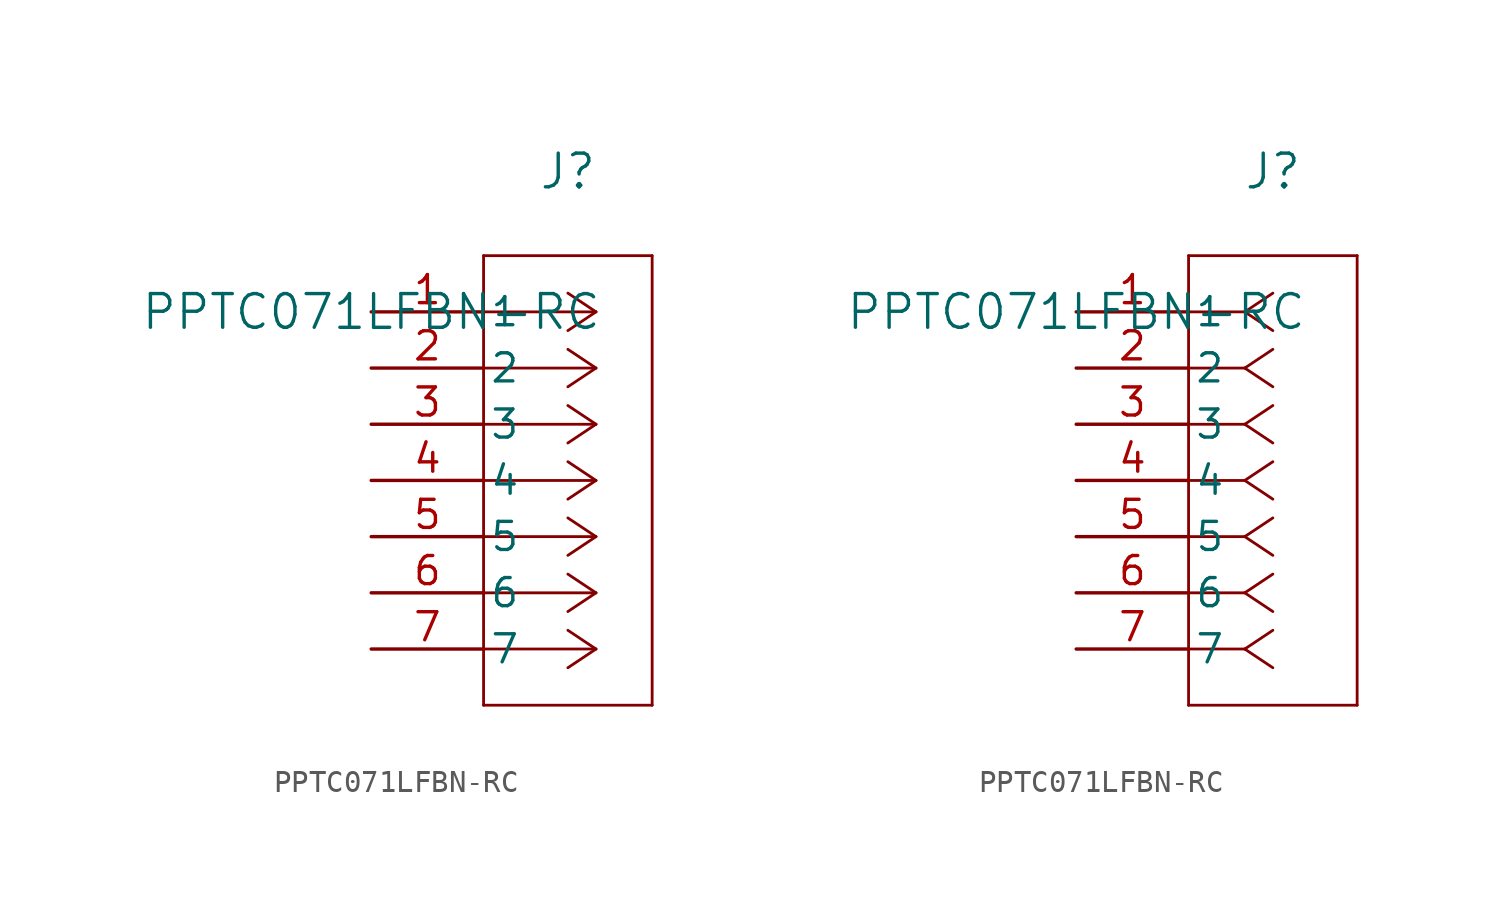
<source format=kicad_sym>
(kicad_symbol_lib
  (version 20211014)
  (generator kicad_symbol_editor)
  (symbol "PPTC071LFBN-RC"
    (pin_names
      (offset 0.254))
    (property "Reference" "J"
      (at 8.89 6.35 0)
      (effects (font (size 1.524 1.524))))
    (property "Value" "PPTC071LFBN-RC"
      (at 0 0 0)
      (effects (font (size 1.524 1.524))))
    (symbol "PPTC071LFBN-RC_1_1"
      (polyline (pts (xy 10.16 0) (xy 5.08 0)) (stroke (width 0.127) (type default) (color 0 0 0 0)) (fill (type none)))
      (polyline (pts (xy 10.16 -2.54) (xy 5.08 -2.54)) (stroke (width 0.127) (type default) (color 0 0 0 0)) (fill (type none)))
      (polyline (pts (xy 10.16 -5.08) (xy 5.08 -5.08)) (stroke (width 0.127) (type default) (color 0 0 0 0)) (fill (type none)))
      (polyline (pts (xy 10.16 -7.62) (xy 5.08 -7.62)) (stroke (width 0.127) (type default) (color 0 0 0 0)) (fill (type none)))
      (polyline (pts (xy 10.16 -10.16) (xy 5.08 -10.16)) (stroke (width 0.127) (type default) (color 0 0 0 0)) (fill (type none)))
      (polyline (pts (xy 10.16 -12.7) (xy 5.08 -12.7)) (stroke (width 0.127) (type default) (color 0 0 0 0)) (fill (type none)))
      (polyline (pts (xy 10.16 -15.24) (xy 5.08 -15.24)) (stroke (width 0.127) (type default) (color 0 0 0 0)) (fill (type none)))
      (polyline (pts (xy 10.16 0) (xy 8.89 0.847)) (stroke (width 0.127) (type default) (color 0 0 0 0)) (fill (type none)))
      (polyline (pts (xy 10.16 -2.54) (xy 8.89 -1.693)) (stroke (width 0.127) (type default) (color 0 0 0 0)) (fill (type none)))
      (polyline (pts (xy 10.16 -5.08) (xy 8.89 -4.233)) (stroke (width 0.127) (type default) (color 0 0 0 0)) (fill (type none)))
      (polyline (pts (xy 10.16 -7.62) (xy 8.89 -6.773)) (stroke (width 0.127) (type default) (color 0 0 0 0)) (fill (type none)))
      (polyline (pts (xy 10.16 -10.16) (xy 8.89 -9.313)) (stroke (width 0.127) (type default) (color 0 0 0 0)) (fill (type none)))
      (polyline (pts (xy 10.16 -12.7) (xy 8.89 -11.853)) (stroke (width 0.127) (type default) (color 0 0 0 0)) (fill (type none)))
      (polyline (pts (xy 10.16 -15.24) (xy 8.89 -14.393)) (stroke (width 0.127) (type default) (color 0 0 0 0)) (fill (type none)))
      (polyline (pts (xy 10.16 0) (xy 8.89 -0.847)) (stroke (width 0.127) (type default) (color 0 0 0 0)) (fill (type none)))
      (polyline (pts (xy 10.16 -2.54) (xy 8.89 -3.387)) (stroke (width 0.127) (type default) (color 0 0 0 0)) (fill (type none)))
      (polyline (pts (xy 10.16 -5.08) (xy 8.89 -5.927)) (stroke (width 0.127) (type default) (color 0 0 0 0)) (fill (type none)))
      (polyline (pts (xy 10.16 -7.62) (xy 8.89 -8.467)) (stroke (width 0.127) (type default) (color 0 0 0 0)) (fill (type none)))
      (polyline (pts (xy 10.16 -10.16) (xy 8.89 -11.007)) (stroke (width 0.127) (type default) (color 0 0 0 0)) (fill (type none)))
      (polyline (pts (xy 10.16 -12.7) (xy 8.89 -13.547)) (stroke (width 0.127) (type default) (color 0 0 0 0)) (fill (type none)))
      (polyline (pts (xy 10.16 -15.24) (xy 8.89 -16.087)) (stroke (width 0.127) (type default) (color 0 0 0 0)) (fill (type none)))
      (polyline (pts (xy 5.08 2.54) (xy 5.08 -17.78)) (stroke (width 0.127) (type default) (color 0 0 0 0)) (fill (type none)))
      (polyline (pts (xy 5.08 -17.78) (xy 12.7 -17.78)) (stroke (width 0.127) (type default) (color 0 0 0 0)) (fill (type none)))
      (polyline (pts (xy 12.7 -17.78) (xy 12.7 2.54)) (stroke (width 0.127) (type default) (color 0 0 0 0)) (fill (type none)))
      (polyline (pts (xy 12.7 2.54) (xy 5.08 2.54)) (stroke (width 0.127) (type default) (color 0 0 0 0)) (fill (type none)))
      (pin unspecified line (at 0 0 0) (length 5.08) (name "1" (effects (font (size 1.27 1.27)))) (number "1" (effects (font (size 1.27 1.27)))))
      (pin unspecified line (at 0 -2.54 0) (length 5.08) (name "2" (effects (font (size 1.27 1.27)))) (number "2" (effects (font (size 1.27 1.27)))))
      (pin unspecified line (at 0 -5.08 0) (length 5.08) (name "3" (effects (font (size 1.27 1.27)))) (number "3" (effects (font (size 1.27 1.27)))))
      (pin unspecified line (at 0 -7.62 0) (length 5.08) (name "4" (effects (font (size 1.27 1.27)))) (number "4" (effects (font (size 1.27 1.27)))))
      (pin unspecified line (at 0 -10.16 0) (length 5.08) (name "5" (effects (font (size 1.27 1.27)))) (number "5" (effects (font (size 1.27 1.27)))))
      (pin unspecified line (at 0 -12.7 0) (length 5.08) (name "6" (effects (font (size 1.27 1.27)))) (number "6" (effects (font (size 1.27 1.27)))))
      (pin unspecified line (at 0 -15.24 0) (length 5.08) (name "7" (effects (font (size 1.27 1.27)))) (number "7" (effects (font (size 1.27 1.27))))))
    (symbol "PPTC071LFBN-RC_1_2"
      (polyline (pts (xy 7.62 0) (xy 5.08 0)) (stroke (width 0.127) (type default) (color 0 0 0 0)) (fill (type none)))
      (polyline (pts (xy 7.62 -2.54) (xy 5.08 -2.54)) (stroke (width 0.127) (type default) (color 0 0 0 0)) (fill (type none)))
      (polyline (pts (xy 7.62 -5.08) (xy 5.08 -5.08)) (stroke (width 0.127) (type default) (color 0 0 0 0)) (fill (type none)))
      (polyline (pts (xy 7.62 -7.62) (xy 5.08 -7.62)) (stroke (width 0.127) (type default) (color 0 0 0 0)) (fill (type none)))
      (polyline (pts (xy 7.62 -10.16) (xy 5.08 -10.16)) (stroke (width 0.127) (type default) (color 0 0 0 0)) (fill (type none)))
      (polyline (pts (xy 7.62 -12.7) (xy 5.08 -12.7)) (stroke (width 0.127) (type default) (color 0 0 0 0)) (fill (type none)))
      (polyline (pts (xy 7.62 -15.24) (xy 5.08 -15.24)) (stroke (width 0.127) (type default) (color 0 0 0 0)) (fill (type none)))
      (polyline (pts (xy 7.62 0) (xy 8.89 0.847)) (stroke (width 0.127) (type default) (color 0 0 0 0)) (fill (type none)))
      (polyline (pts (xy 7.62 -2.54) (xy 8.89 -1.693)) (stroke (width 0.127) (type default) (color 0 0 0 0)) (fill (type none)))
      (polyline (pts (xy 7.62 -5.08) (xy 8.89 -4.233)) (stroke (width 0.127) (type default) (color 0 0 0 0)) (fill (type none)))
      (polyline (pts (xy 7.62 -7.62) (xy 8.89 -6.773)) (stroke (width 0.127) (type default) (color 0 0 0 0)) (fill (type none)))
      (polyline (pts (xy 7.62 -10.16) (xy 8.89 -9.313)) (stroke (width 0.127) (type default) (color 0 0 0 0)) (fill (type none)))
      (polyline (pts (xy 7.62 -12.7) (xy 8.89 -11.853)) (stroke (width 0.127) (type default) (color 0 0 0 0)) (fill (type none)))
      (polyline (pts (xy 7.62 -15.24) (xy 8.89 -14.393)) (stroke (width 0.127) (type default) (color 0 0 0 0)) (fill (type none)))
      (polyline (pts (xy 7.62 0) (xy 8.89 -0.847)) (stroke (width 0.127) (type default) (color 0 0 0 0)) (fill (type none)))
      (polyline (pts (xy 7.62 -2.54) (xy 8.89 -3.387)) (stroke (width 0.127) (type default) (color 0 0 0 0)) (fill (type none)))
      (polyline (pts (xy 7.62 -5.08) (xy 8.89 -5.927)) (stroke (width 0.127) (type default) (color 0 0 0 0)) (fill (type none)))
      (polyline (pts (xy 7.62 -7.62) (xy 8.89 -8.467)) (stroke (width 0.127) (type default) (color 0 0 0 0)) (fill (type none)))
      (polyline (pts (xy 7.62 -10.16) (xy 8.89 -11.007)) (stroke (width 0.127) (type default) (color 0 0 0 0)) (fill (type none)))
      (polyline (pts (xy 7.62 -12.7) (xy 8.89 -13.547)) (stroke (width 0.127) (type default) (color 0 0 0 0)) (fill (type none)))
      (polyline (pts (xy 7.62 -15.24) (xy 8.89 -16.087)) (stroke (width 0.127) (type default) (color 0 0 0 0)) (fill (type none)))
      (polyline (pts (xy 5.08 2.54) (xy 5.08 -17.78)) (stroke (width 0.127) (type default) (color 0 0 0 0)) (fill (type none)))
      (polyline (pts (xy 5.08 -17.78) (xy 12.7 -17.78)) (stroke (width 0.127) (type default) (color 0 0 0 0)) (fill (type none)))
      (polyline (pts (xy 12.7 -17.78) (xy 12.7 2.54)) (stroke (width 0.127) (type default) (color 0 0 0 0)) (fill (type none)))
      (polyline (pts (xy 12.7 2.54) (xy 5.08 2.54)) (stroke (width 0.127) (type default) (color 0 0 0 0)) (fill (type none)))
      (pin unspecified line (at 0 0 0) (length 5.08) (name "1" (effects (font (size 1.27 1.27)))) (number "1" (effects (font (size 1.27 1.27)))))
      (pin unspecified line (at 0 -2.54 0) (length 5.08) (name "2" (effects (font (size 1.27 1.27)))) (number "2" (effects (font (size 1.27 1.27)))))
      (pin unspecified line (at 0 -5.08 0) (length 5.08) (name "3" (effects (font (size 1.27 1.27)))) (number "3" (effects (font (size 1.27 1.27)))))
      (pin unspecified line (at 0 -7.62 0) (length 5.08) (name "4" (effects (font (size 1.27 1.27)))) (number "4" (effects (font (size 1.27 1.27)))))
      (pin unspecified line (at 0 -10.16 0) (length 5.08) (name "5" (effects (font (size 1.27 1.27)))) (number "5" (effects (font (size 1.27 1.27)))))
      (pin unspecified line (at 0 -12.7 0) (length 5.08) (name "6" (effects (font (size 1.27 1.27)))) (number "6" (effects (font (size 1.27 1.27)))))
      (pin unspecified line (at 0 -15.24 0) (length 5.08) (name "7" (effects (font (size 1.27 1.27)))) (number "7" (effects (font (size 1.27 1.27))))))))
</source>
